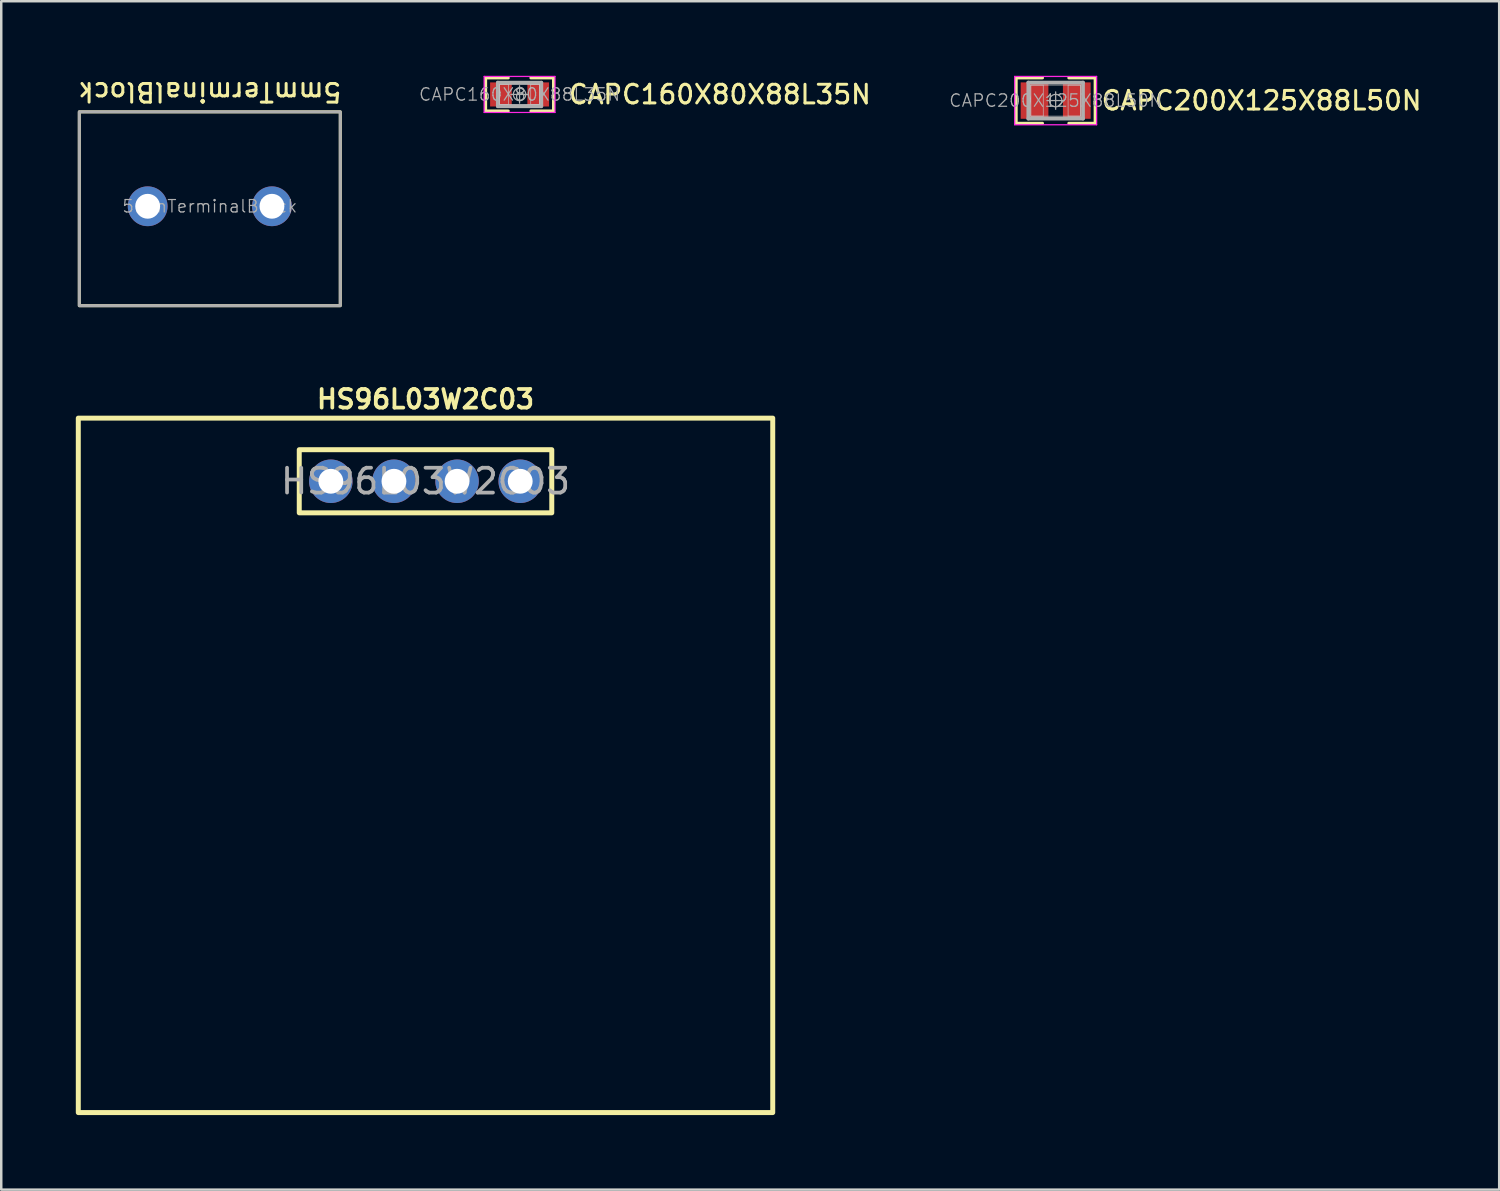
<source format=kicad_pcb>
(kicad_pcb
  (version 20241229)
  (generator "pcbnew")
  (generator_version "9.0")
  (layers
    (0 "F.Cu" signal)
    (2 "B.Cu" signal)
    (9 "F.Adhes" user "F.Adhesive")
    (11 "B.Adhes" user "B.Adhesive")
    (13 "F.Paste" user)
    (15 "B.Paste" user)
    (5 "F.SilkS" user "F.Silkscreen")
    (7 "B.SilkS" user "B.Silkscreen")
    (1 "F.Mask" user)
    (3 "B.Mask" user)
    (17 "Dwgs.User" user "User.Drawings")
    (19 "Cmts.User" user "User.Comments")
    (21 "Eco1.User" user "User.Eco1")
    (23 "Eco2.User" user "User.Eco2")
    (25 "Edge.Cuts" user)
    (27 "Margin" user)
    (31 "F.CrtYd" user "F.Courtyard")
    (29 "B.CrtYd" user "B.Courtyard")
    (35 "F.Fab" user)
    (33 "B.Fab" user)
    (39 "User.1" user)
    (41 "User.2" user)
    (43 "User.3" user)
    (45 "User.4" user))
  (footprint "CAPC200X125X88L50N"
    (layer "F.Cu")
    (at 39.423 0.997)
    (property "Reference" "CAPC200X125X88L50N" (at 1.778 0 0) (unlocked yes) (layer "F.SilkS") (effects (font (size 0.75 0.75) (thickness 0.12)) (justify left)))
    (attr smd)
    (fp_line (start -1.588 -0.913) (end -0.529 -0.913) (stroke (width 0.12) (type solid)) (layer "F.SilkS"))
    (fp_line (start -1.588 0.913) (end -1.588 -0.913) (stroke (width 0.12) (type solid)) (layer "F.SilkS"))
    (fp_line (start -0.529 0.913) (end -1.588 0.913) (stroke (width 0.12) (type solid)) (layer "F.SilkS"))
    (fp_line (start 0.529 0.913) (end 1.588 0.913) (stroke (width 0.12) (type solid)) (layer "F.SilkS"))
    (fp_line (start 1.588 -0.913) (end 0.529 -0.913) (stroke (width 0.12) (type solid)) (layer "F.SilkS"))
    (fp_line (start 1.588 0.913) (end 1.588 -0.913) (stroke (width 0.12) (type solid)) (layer "F.SilkS"))
    (fp_line (start -1 -0.625) (end -0.5 -0.625) (stroke (width 0.025) (type solid)) (layer "Dwgs.User"))
    (fp_line (start -1 -0.625) (end 1 -0.625) (stroke (width 0.025) (type solid)) (layer "Dwgs.User"))
    (fp_line (start -1 0.625) (end -1 -0.625) (stroke (width 0.025) (type solid)) (layer "Dwgs.User"))
    (fp_line (start -1 0.625) (end -1 -0.625) (stroke (width 0.025) (type solid)) (layer "Dwgs.User"))
    (fp_line (start -0.5 -0.625) (end -0.5 0.625) (stroke (width 0.025) (type solid)) (layer "Dwgs.User"))
    (fp_line (start -0.5 0.625) (end -1 0.625) (stroke (width 0.025) (type solid)) (layer "Dwgs.User"))
    (fp_line (start 0.5 -0.625) (end 1 -0.625) (stroke (width 0.025) (type solid)) (layer "Dwgs.User"))
    (fp_line (start 0.5 0.625) (end 0.5 -0.625) (stroke (width 0.025) (type solid)) (layer "Dwgs.User"))
    (fp_line (start 1 -0.625) (end 1 0.625) (stroke (width 0.025) (type solid)) (layer "Dwgs.User"))
    (fp_line (start 1 -0.625) (end 1 0.625) (stroke (width 0.025) (type solid)) (layer "Dwgs.User"))
    (fp_line (start 1 0.625) (end -1 0.625) (stroke (width 0.025) (type solid)) (layer "Dwgs.User"))
    (fp_line (start 1 0.625) (end 0.5 0.625) (stroke (width 0.025) (type solid)) (layer "Dwgs.User"))
    (fp_line (start -1.648 -0.972) (end 1.648 -0.972) (stroke (width 0.05) (type solid)) (layer "F.CrtYd"))
    (fp_line (start -1.648 0.972) (end -1.648 -0.972) (stroke (width 0.05) (type solid)) (layer "F.CrtYd"))
    (fp_line (start 1.648 -0.972) (end 1.648 0.972) (stroke (width 0.05) (type solid)) (layer "F.CrtYd"))
    (fp_line (start 1.648 0.972) (end -1.648 0.972) (stroke (width 0.05) (type solid)) (layer "F.CrtYd"))
    (fp_line (start -1.1 -0.725) (end 1.1 -0.725) (stroke (width 0.15) (type solid)) (layer "F.Fab"))
    (fp_line (start -1.1 0.725) (end -1.1 -0.725) (stroke (width 0.15) (type solid)) (layer "F.Fab"))
    (fp_line (start 0 -0.35) (end 0 0.35) (stroke (width 0.05) (type solid)) (layer "F.Fab"))
    (fp_line (start 0.35 0) (end -0.35 0) (stroke (width 0.05) (type solid)) (layer "F.Fab"))
    (fp_line (start 1.1 -0.725) (end 1.1 0.725) (stroke (width 0.15) (type solid)) (layer "F.Fab"))
    (fp_line (start 1.1 0.725) (end -1.1 0.725) (stroke (width 0.15) (type solid)) (layer "F.Fab"))
    (fp_circle (center 0 0) (end 0.25 0) (stroke (width 0.05) (type solid)) (fill no) (layer "F.Fab"))
    (fp_text user "${REFERENCE}" (at 0 0 0) (unlocked yes) (layer "F.Fab") (effects (font (size 0.5 0.5) (thickness 0.05))))
    (pad "1" smd rect (at -0.85 0) (size 1.115 1.465) (layers "F.Cu" "F.Mask" "F.Paste"))
    (pad "2" smd rect (at 0.85 0) (size 1.115 1.465) (layers "F.Cu" "F.Mask" "F.Paste")))
  (footprint "HS96L03W2C03"
    (layer "F.Cu")
    (at 14.07 16.313)
    (property "Reference" "HS96L03W2C03" (at 0 -3.302 0) (unlocked yes) (layer "F.SilkS") (effects (font (size 0.75 0.75) (thickness 0.15) (bold yes))))
    (attr through_hole)
    (fp_rect (start -13.97 -2.54) (end 13.97 25.4) (stroke (width 0.2) (type default)) (fill no) (layer "F.SilkS"))
    (fp_rect (start -5.08 -1.27) (end 5.08 1.27) (stroke (width 0.2) (type default)) (fill no) (layer "F.SilkS"))
    (fp_text user "${REFERENCE}" (at 0 0 0) (unlocked yes) (layer "F.Fab") (effects (font (size 1 1) (thickness 0.15))))
    (pad "1" thru_hole circle (at -3.81 0) (size 1.75 1.75) (drill 1) (layers "*.Cu" "*.Mask"))
    (pad "2" thru_hole circle (at -1.27 0) (size 1.75 1.75) (drill 1) (layers "*.Cu" "*.Mask"))
    (pad "3" thru_hole circle (at 1.27 0) (size 1.75 1.75) (drill 1) (layers "*.Cu" "*.Mask"))
    (pad "4" thru_hole circle (at 3.81 0) (size 1.75 1.75) (drill 1) (layers "*.Cu" "*.Mask")))
  (footprint "5mmTerminalBlock"
    (layer "F.Cu")
    (at 5.391 5.249)
    (property "Reference" "5mmTerminalBlock" (at 0 -4.6 180) (unlocked yes) (layer "F.SilkS") (effects (font (size 0.75 0.75) (thickness 0.12))))
    (attr through_hole)
    (fp_rect (start -5.25 -3.8) (end 5.25 4) (stroke (width 0.12) (type default)) (fill no) (layer "F.SilkS"))
    (fp_rect (start -5.25 -3.8) (end 5.25 4) (stroke (width 0.12) (type default)) (fill no) (layer "F.Fab"))
    (fp_text user "${REFERENCE}" (at 0 0 0) (unlocked yes) (layer "F.Fab") (effects (font (size 0.5 0.5) (thickness 0.05))))
    (pad "1" thru_hole circle (at -2.5 0) (size 1.6 1.6) (drill 1) (layers "*.Cu" "*.Mask"))
    (pad "2" thru_hole circle (at 2.5 0) (size 1.6 1.6) (drill 1) (layers "*.Cu" "*.Mask")))
  (footprint "CAPC160X80X88L35N"
    (layer "F.Cu")
    (at 17.854 0.75)
    (property "Reference" "CAPC160X80X88L35N" (at 1.905 0 0) (layer "F.SilkS") (effects (font (size 0.75 0.75) (thickness 0.12)) (justify left)))
    (attr smd)
    (fp_line (start -1.365 -0.665) (end -0.455 -0.665) (stroke (width 0.12) (type solid)) (layer "F.SilkS"))
    (fp_line (start -1.365 0.665) (end -1.365 -0.665) (stroke (width 0.12) (type solid)) (layer "F.SilkS"))
    (fp_line (start -0.455 0.665) (end -1.365 0.665) (stroke (width 0.12) (type solid)) (layer "F.SilkS"))
    (fp_line (start 0.455 0.665) (end 1.365 0.665) (stroke (width 0.12) (type solid)) (layer "F.SilkS"))
    (fp_line (start 1.365 -0.665) (end 0.455 -0.665) (stroke (width 0.12) (type solid)) (layer "F.SilkS"))
    (fp_line (start 1.365 0.665) (end 1.365 -0.665) (stroke (width 0.12) (type solid)) (layer "F.SilkS"))
    (fp_line (start -0.8 -0.4) (end -0.45 -0.4) (stroke (width 0.025) (type solid)) (layer "Dwgs.User"))
    (fp_line (start -0.8 -0.4) (end 0.8 -0.4) (stroke (width 0.025) (type solid)) (layer "Dwgs.User"))
    (fp_line (start -0.8 0.4) (end -0.8 -0.4) (stroke (width 0.025) (type solid)) (layer "Dwgs.User"))
    (fp_line (start -0.8 0.4) (end -0.8 -0.4) (stroke (width 0.025) (type solid)) (layer "Dwgs.User"))
    (fp_line (start -0.45 -0.4) (end -0.45 0.4) (stroke (width 0.025) (type solid)) (layer "Dwgs.User"))
    (fp_line (start -0.45 0.4) (end -0.8 0.4) (stroke (width 0.025) (type solid)) (layer "Dwgs.User"))
    (fp_line (start 0.45 -0.4) (end 0.8 -0.4) (stroke (width 0.025) (type solid)) (layer "Dwgs.User"))
    (fp_line (start 0.45 0.4) (end 0.45 -0.4) (stroke (width 0.025) (type solid)) (layer "Dwgs.User"))
    (fp_line (start 0.8 -0.4) (end 0.8 0.4) (stroke (width 0.025) (type solid)) (layer "Dwgs.User"))
    (fp_line (start 0.8 -0.4) (end 0.8 0.4) (stroke (width 0.025) (type solid)) (layer "Dwgs.User"))
    (fp_line (start 0.8 0.4) (end -0.8 0.4) (stroke (width 0.025) (type solid)) (layer "Dwgs.User"))
    (fp_line (start 0.8 0.4) (end 0.45 0.4) (stroke (width 0.025) (type solid)) (layer "Dwgs.User"))
    (fp_line (start -1.425 -0.725) (end 1.425 -0.725) (stroke (width 0.05) (type solid)) (layer "F.CrtYd"))
    (fp_line (start -1.425 0.725) (end -1.425 -0.725) (stroke (width 0.05) (type solid)) (layer "F.CrtYd"))
    (fp_line (start 1.425 -0.725) (end 1.425 0.725) (stroke (width 0.05) (type solid)) (layer "F.CrtYd"))
    (fp_line (start 1.425 0.725) (end -1.425 0.725) (stroke (width 0.05) (type solid)) (layer "F.CrtYd"))
    (fp_line (start -0.875 -0.475) (end 0.875 -0.475) (stroke (width 0.15) (type solid)) (layer "F.Fab"))
    (fp_line (start -0.875 0.475) (end -0.875 -0.475) (stroke (width 0.15) (type solid)) (layer "F.Fab"))
    (fp_line (start 0 -0.35) (end 0 0.35) (stroke (width 0.05) (type solid)) (layer "F.Fab"))
    (fp_line (start 0.35 0) (end -0.35 0) (stroke (width 0.05) (type solid)) (layer "F.Fab"))
    (fp_line (start 0.875 -0.475) (end 0.875 0.475) (stroke (width 0.15) (type solid)) (layer "F.Fab"))
    (fp_line (start 0.875 0.475) (end -0.875 0.475) (stroke (width 0.15) (type solid)) (layer "F.Fab"))
    (fp_circle (center 0 0) (end 0.25 0) (stroke (width 0.05) (type solid)) (fill no) (layer "F.Fab"))
    (fp_text user "${REFERENCE}" (at 0 0 0) (layer "F.Fab") (effects (font (size 0.5 0.5) (thickness 0.05))))
    (pad "1" smd rect (at -0.75 0) (size 0.871 0.97) (layers "F.Cu" "F.Mask" "F.Paste"))
    (pad "2" smd rect (at 0.75 0) (size 0.871 0.97) (layers "F.Cu" "F.Mask" "F.Paste")))
  (gr_rect
    (start -3 -3)
    (end 57.268 44.813)
    (stroke (width 0.1) (type default))
    (fill no)
    (layer "Edge.Cuts")))
</source>
